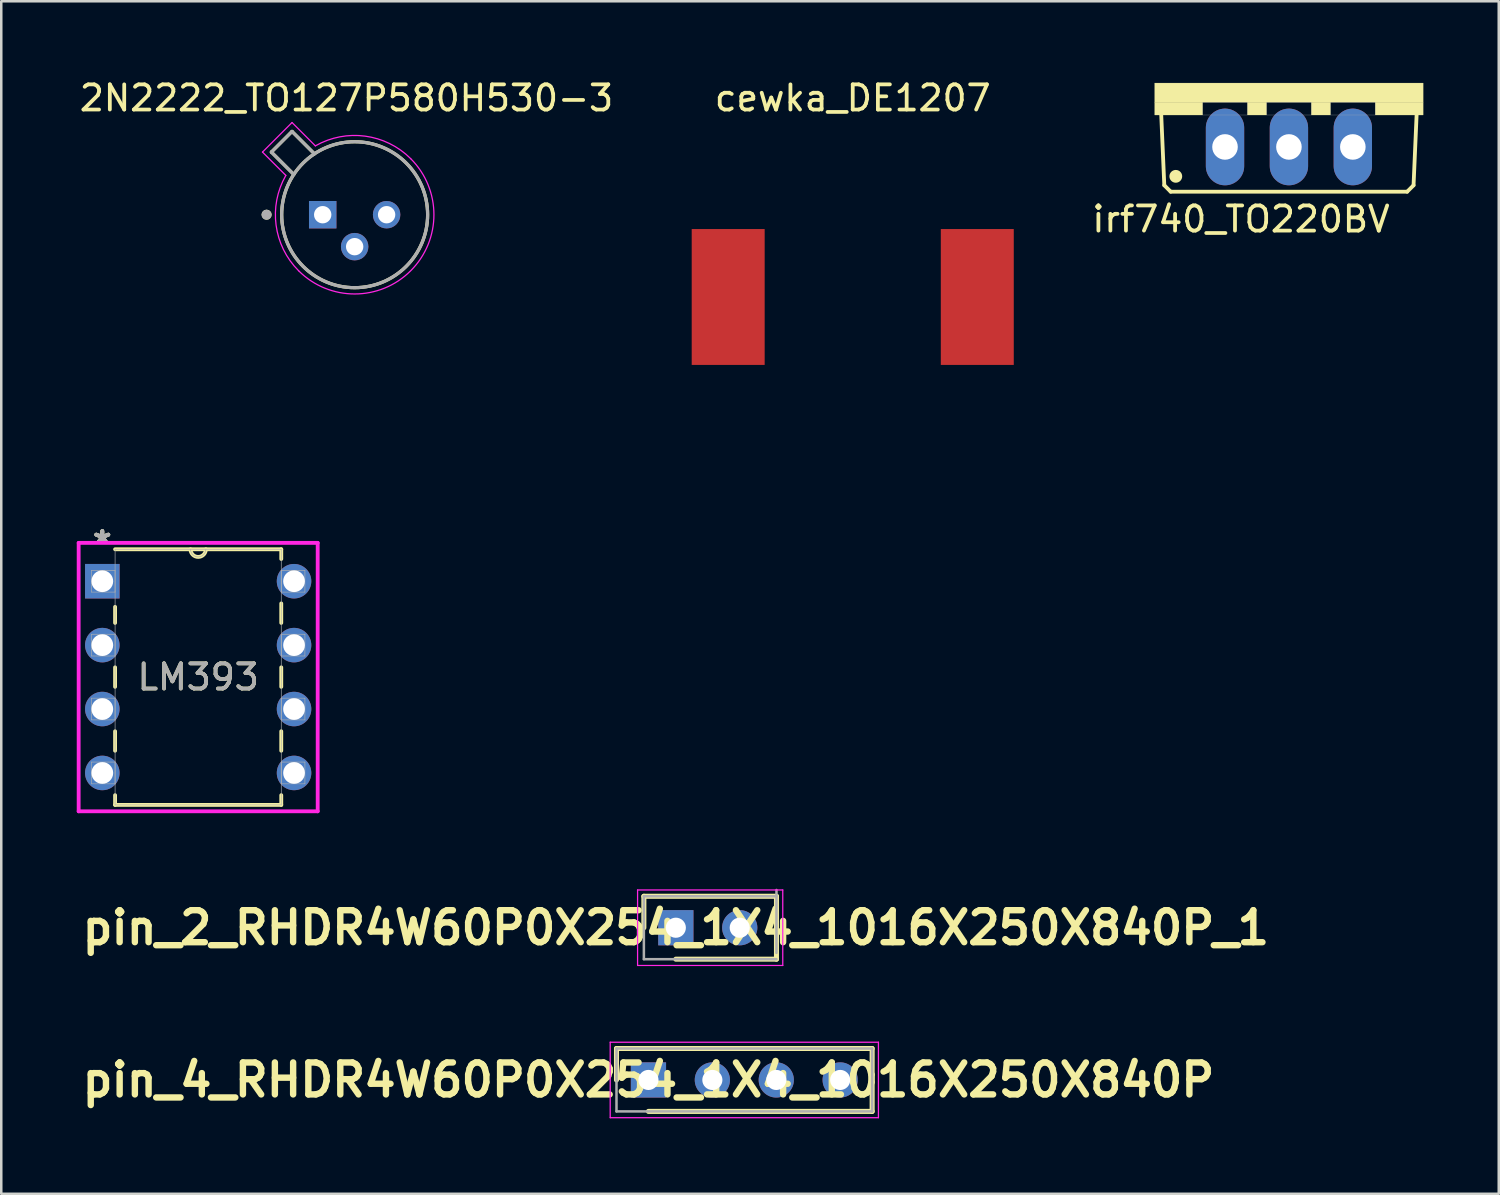
<source format=kicad_pcb>
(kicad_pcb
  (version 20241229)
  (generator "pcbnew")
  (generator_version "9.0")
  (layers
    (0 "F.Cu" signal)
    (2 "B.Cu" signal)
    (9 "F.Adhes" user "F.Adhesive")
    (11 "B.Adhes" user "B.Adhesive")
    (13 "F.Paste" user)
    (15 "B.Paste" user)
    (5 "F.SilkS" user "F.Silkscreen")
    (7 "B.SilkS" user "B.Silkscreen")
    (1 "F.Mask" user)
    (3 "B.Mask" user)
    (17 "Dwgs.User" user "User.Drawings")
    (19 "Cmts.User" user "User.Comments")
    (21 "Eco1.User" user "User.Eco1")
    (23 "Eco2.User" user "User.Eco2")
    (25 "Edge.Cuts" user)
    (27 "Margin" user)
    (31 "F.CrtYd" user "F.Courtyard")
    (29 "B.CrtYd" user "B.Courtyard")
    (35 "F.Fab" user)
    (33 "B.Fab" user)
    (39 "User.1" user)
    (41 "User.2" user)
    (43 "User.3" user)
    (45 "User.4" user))
  (footprint "cewka_DE1207"
    (layer "F.Cu")
    (at 30.84 8.753)
    (property "Reference" "cewka_DE1207" (at 0 -7.905 0) (layer "F.SilkS") (effects (font (size 1 1) (thickness 0.15))))
    (attr smd)
    (fp_line (start -6 -6) (end -6 6) (stroke (width 0.000128) (type solid)) (layer "F.SilkS"))
    (fp_line (start -6 6) (end 6 6) (stroke (width 0.000128) (type solid)) (layer "F.SilkS"))
    (fp_line (start 0 -6) (end -6 -6) (stroke (width 0.000128) (type solid)) (layer "F.SilkS"))
    (fp_line (start 6 -6) (end 0 -6) (stroke (width 0.000128) (type solid)) (layer "F.SilkS"))
    (fp_line (start 6 6) (end 6 -6) (stroke (width 0.000128) (type solid)) (layer "F.SilkS"))
    (pad "1" smd rect (at -4.95 0) (size 2.9 5.4) (layers "F.Cu" "F.Mask" "F.Paste"))
    (pad "2" smd rect (at 4.95 0) (size 2.9 5.4) (layers "F.Cu" "F.Mask" "F.Paste")))
  (footprint "pin_2_RHDR4W60P0X254_1X4_1016X250X840P_1"
    (layer "F.Cu")
    (at 23.809 33.82)
    (property "Reference" "pin_2_RHDR4W60P0X254_1X4_1016X250X840P_1" (at 0 0 0) (layer "F.SilkS") (effects (font (size 1.27 1.27) (thickness 0.254))))
    (attr through_hole)
    (fp_line (start -1.27 -1.25) (end -1.27 0) (stroke (width 0.2) (type solid)) (layer "F.SilkS"))
    (fp_line (start 0 1.25) (end 4 1.25) (stroke (width 0.2) (type solid)) (layer "F.SilkS"))
    (fp_line (start 4 -1.25) (end -1.27 -1.25) (stroke (width 0.2) (type solid)) (layer "F.SilkS"))
    (fp_line (start 4 1.25) (end 4 -1.25) (stroke (width 0.2) (type solid)) (layer "F.SilkS"))
    (fp_line (start -1.52 -1.5) (end 4.25 -1.5) (stroke (width 0.05) (type solid)) (layer "F.CrtYd"))
    (fp_line (start -1.52 1.5) (end -1.52 -1.5) (stroke (width 0.05) (type solid)) (layer "F.CrtYd"))
    (fp_line (start 4.25 -1.5) (end 4.25 1.5) (stroke (width 0.05) (type solid)) (layer "F.CrtYd"))
    (fp_line (start 4.25 1.5) (end -1.52 1.5) (stroke (width 0.05) (type solid)) (layer "F.CrtYd"))
    (fp_line (start -1.27 -1.25) (end 4 -1.25) (stroke (width 0.1) (type solid)) (layer "F.Fab"))
    (fp_line (start -1.27 1.25) (end -1.27 -1.25) (stroke (width 0.1) (type solid)) (layer "F.Fab"))
    (fp_line (start 4 -1.5) (end 4 1) (stroke (width 0.1) (type solid)) (layer "F.Fab"))
    (fp_line (start 4 1.25) (end -1.27 1.25) (stroke (width 0.1) (type solid)) (layer "F.Fab"))
    (pad "1" thru_hole rect (at 0 0) (size 1.4 1.4) (drill 0.8) (layers "*.Cu" "*.Mask"))
    (pad "2" thru_hole circle (at 2.54 0) (size 1.4 1.4) (drill 0.8) (layers "*.Cu" "*.Mask")))
  (footprint "LM393"
    (layer "F.Cu")
    (at 8.636 27.669)
    (property "Reference" "LM393" (at -3.81 -3.81 0) (unlocked yes) (layer "F.SilkS") (effects (font (size 1 1) (thickness 0.15))))
    (attr through_hole)
    (fp_line (start -7.112 -6.601) (end -7.112 -5.963) (stroke (width 0.152) (type solid)) (layer "F.SilkS"))
    (fp_line (start -7.112 -4.197) (end -7.112 -3.423) (stroke (width 0.152) (type solid)) (layer "F.SilkS"))
    (fp_line (start -7.112 -1.657) (end -7.112 -0.883) (stroke (width 0.152) (type solid)) (layer "F.SilkS"))
    (fp_line (start -7.112 0.883) (end -7.112 1.27) (stroke (width 0.152) (type solid)) (layer "F.SilkS"))
    (fp_line (start -7.112 1.27) (end -0.508 1.27) (stroke (width 0.152) (type solid)) (layer "F.SilkS"))
    (fp_line (start -0.508 -8.89) (end -7.112 -8.89) (stroke (width 0.152) (type solid)) (layer "F.SilkS"))
    (fp_line (start -0.508 -8.503) (end -0.508 -8.89) (stroke (width 0.152) (type solid)) (layer "F.SilkS"))
    (fp_line (start -0.508 -5.963) (end -0.508 -6.737) (stroke (width 0.152) (type solid)) (layer "F.SilkS"))
    (fp_line (start -0.508 -3.423) (end -0.508 -4.197) (stroke (width 0.152) (type solid)) (layer "F.SilkS"))
    (fp_line (start -0.508 -0.883) (end -0.508 -1.657) (stroke (width 0.152) (type solid)) (layer "F.SilkS"))
    (fp_line (start -0.508 1.27) (end -0.508 0.883) (stroke (width 0.152) (type solid)) (layer "F.SilkS"))
    (fp_arc (start -3.5052 -8.89) (mid -3.81 -8.5852) (end -4.1148 -8.89) (stroke (width 0.1524) (type solid)) (layer "F.SilkS"))
    (fp_line (start -8.56 -9.144) (end -8.56 1.524) (stroke (width 0.152) (type solid)) (layer "F.CrtYd"))
    (fp_line (start -8.56 1.524) (end 0.94 1.524) (stroke (width 0.152) (type solid)) (layer "F.CrtYd"))
    (fp_line (start 0.94 -9.144) (end -8.56 -9.144) (stroke (width 0.152) (type solid)) (layer "F.CrtYd"))
    (fp_line (start 0.94 1.524) (end 0.94 -9.144) (stroke (width 0.152) (type solid)) (layer "F.CrtYd"))
    (fp_line (start -8.052 -8.052) (end -8.052 -7.188) (stroke (width 0.025) (type solid)) (layer "F.Fab"))
    (fp_line (start -8.052 -7.188) (end -7.112 -7.188) (stroke (width 0.025) (type solid)) (layer "F.Fab"))
    (fp_line (start -8.052 -5.512) (end -8.052 -4.648) (stroke (width 0.025) (type solid)) (layer "F.Fab"))
    (fp_line (start -8.052 -4.648) (end -7.112 -4.648) (stroke (width 0.025) (type solid)) (layer "F.Fab"))
    (fp_line (start -8.052 -2.972) (end -8.052 -2.108) (stroke (width 0.025) (type solid)) (layer "F.Fab"))
    (fp_line (start -8.052 -2.108) (end -7.112 -2.108) (stroke (width 0.025) (type solid)) (layer "F.Fab"))
    (fp_line (start -8.052 -0.432) (end -8.052 0.432) (stroke (width 0.025) (type solid)) (layer "F.Fab"))
    (fp_line (start -8.052 0.432) (end -7.112 0.432) (stroke (width 0.025) (type solid)) (layer "F.Fab"))
    (fp_line (start -7.112 -8.89) (end -7.112 1.27) (stroke (width 0.025) (type solid)) (layer "F.Fab"))
    (fp_line (start -7.112 -8.052) (end -8.052 -8.052) (stroke (width 0.025) (type solid)) (layer "F.Fab"))
    (fp_line (start -7.112 -7.188) (end -7.112 -8.052) (stroke (width 0.025) (type solid)) (layer "F.Fab"))
    (fp_line (start -7.112 -5.512) (end -8.052 -5.512) (stroke (width 0.025) (type solid)) (layer "F.Fab"))
    (fp_line (start -7.112 -4.648) (end -7.112 -5.512) (stroke (width 0.025) (type solid)) (layer "F.Fab"))
    (fp_line (start -7.112 -2.972) (end -8.052 -2.972) (stroke (width 0.025) (type solid)) (layer "F.Fab"))
    (fp_line (start -7.112 -2.108) (end -7.112 -2.972) (stroke (width 0.025) (type solid)) (layer "F.Fab"))
    (fp_line (start -7.112 -0.432) (end -8.052 -0.432) (stroke (width 0.025) (type solid)) (layer "F.Fab"))
    (fp_line (start -7.112 0.432) (end -7.112 -0.432) (stroke (width 0.025) (type solid)) (layer "F.Fab"))
    (fp_line (start -7.112 1.27) (end -0.508 1.27) (stroke (width 0.025) (type solid)) (layer "F.Fab"))
    (fp_line (start -0.508 -8.89) (end -7.112 -8.89) (stroke (width 0.025) (type solid)) (layer "F.Fab"))
    (fp_line (start -0.508 -8.052) (end -0.508 -7.188) (stroke (width 0.025) (type solid)) (layer "F.Fab"))
    (fp_line (start -0.508 -7.188) (end 0.432 -7.188) (stroke (width 0.025) (type solid)) (layer "F.Fab"))
    (fp_line (start -0.508 -5.512) (end -0.508 -4.648) (stroke (width 0.025) (type solid)) (layer "F.Fab"))
    (fp_line (start -0.508 -4.648) (end 0.432 -4.648) (stroke (width 0.025) (type solid)) (layer "F.Fab"))
    (fp_line (start -0.508 -2.972) (end -0.508 -2.108) (stroke (width 0.025) (type solid)) (layer "F.Fab"))
    (fp_line (start -0.508 -2.108) (end 0.432 -2.108) (stroke (width 0.025) (type solid)) (layer "F.Fab"))
    (fp_line (start -0.508 -0.432) (end -0.508 0.432) (stroke (width 0.025) (type solid)) (layer "F.Fab"))
    (fp_line (start -0.508 0.432) (end 0.432 0.432) (stroke (width 0.025) (type solid)) (layer "F.Fab"))
    (fp_line (start -0.508 1.27) (end -0.508 -8.89) (stroke (width 0.025) (type solid)) (layer "F.Fab"))
    (fp_line (start 0.432 -8.052) (end -0.508 -8.052) (stroke (width 0.025) (type solid)) (layer "F.Fab"))
    (fp_line (start 0.432 -7.188) (end 0.432 -8.052) (stroke (width 0.025) (type solid)) (layer "F.Fab"))
    (fp_line (start 0.432 -5.512) (end -0.508 -5.512) (stroke (width 0.025) (type solid)) (layer "F.Fab"))
    (fp_line (start 0.432 -4.648) (end 0.432 -5.512) (stroke (width 0.025) (type solid)) (layer "F.Fab"))
    (fp_line (start 0.432 -2.972) (end -0.508 -2.972) (stroke (width 0.025) (type solid)) (layer "F.Fab"))
    (fp_line (start 0.432 -2.108) (end 0.432 -2.972) (stroke (width 0.025) (type solid)) (layer "F.Fab"))
    (fp_line (start 0.432 -0.432) (end -0.508 -0.432) (stroke (width 0.025) (type solid)) (layer "F.Fab"))
    (fp_line (start 0.432 0.432) (end 0.432 -0.432) (stroke (width 0.025) (type solid)) (layer "F.Fab"))
    (fp_arc (start -3.5052 -8.89) (mid -3.81 -8.5852) (end -4.1148 -8.89) (stroke (width 0.0254) (type solid)) (layer "F.Fab"))
    (fp_text user "*" (at -7.62 -9.068 0) (layer "F.SilkS") (effects (font (size 1 1) (thickness 0.15))))
    (fp_text user "*" (at -7.62 -9.068 0) (unlocked yes) (layer "F.SilkS") (effects (font (size 1 1) (thickness 0.15))))
    (fp_text user "*" (at -7.62 -9.068 0) (unlocked yes) (layer "F.Fab") (effects (font (size 1 1) (thickness 0.15))))
    (fp_text user "*" (at -7.62 -9.068 0) (layer "F.Fab") (effects (font (size 1 1) (thickness 0.15))))
    (fp_text user "${REFERENCE}" (at -3.81 -3.81 0) (unlocked yes) (layer "F.Fab") (effects (font (size 1 1) (thickness 0.15))))
    (pad "1" thru_hole rect (at -7.62 -7.62) (size 1.372 1.372) (drill 0.864) (layers "*.Cu" "*.Mask"))
    (pad "2" thru_hole circle (at -7.62 -5.08) (size 1.372 1.372) (drill 0.864) (layers "*.Cu" "*.Mask"))
    (pad "3" thru_hole circle (at -7.62 -2.54) (size 1.372 1.372) (drill 0.864) (layers "*.Cu" "*.Mask"))
    (pad "4" thru_hole circle (at -7.62 0) (size 1.372 1.372) (drill 0.864) (layers "*.Cu" "*.Mask"))
    (pad "5" thru_hole circle (at 0 0) (size 1.372 1.372) (drill 0.864) (layers "*.Cu" "*.Mask"))
    (pad "6" thru_hole circle (at 0 -2.54) (size 1.372 1.372) (drill 0.864) (layers "*.Cu" "*.Mask"))
    (pad "7" thru_hole circle (at 0 -5.08) (size 1.372 1.372) (drill 0.864) (layers "*.Cu" "*.Mask"))
    (pad "8" thru_hole circle (at 0 -7.62) (size 1.372 1.372) (drill 0.864) (layers "*.Cu" "*.Mask")))
  (footprint "irf740_TO220BV"
    (layer "F.Cu")
    (at 48.175 0.25)
    (property "Reference" "irf740_TO220BV" (at -1.905 5.41 0) (layer "F.SilkS") (effects (font (size 1 1) (thickness 0.15))))
    (attr through_hole)
    (fp_line (start -4.953 4.064) (end -5.08 1.143) (stroke (width 0.152) (type solid)) (layer "F.SilkS"))
    (fp_line (start -4.953 4.064) (end -4.699 4.318) (stroke (width 0.152) (type solid)) (layer "F.SilkS"))
    (fp_line (start 4.699 4.318) (end -4.699 4.318) (stroke (width 0.152) (type solid)) (layer "F.SilkS"))
    (fp_line (start 4.699 4.318) (end 4.953 4.064) (stroke (width 0.152) (type solid)) (layer "F.SilkS"))
    (fp_line (start 5.08 1.143) (end 4.953 4.064) (stroke (width 0.152) (type solid)) (layer "F.SilkS"))
    (fp_circle (center -4.496 3.708) (end -4.242 3.708) (stroke (width 0) (type solid)) (fill yes) (layer "F.SilkS"))
    (fp_poly (pts (xy -5.334 0) (xy 5.334 0) (xy 5.334 0.762) (xy -5.334 0.762)) (stroke (width 0.01) (type solid)) (fill yes) (layer "F.SilkS"))
    (fp_poly (pts (xy -5.334 0.762) (xy -3.429 0.762) (xy -3.429 1.27) (xy -5.334 1.27)) (stroke (width 0.01) (type solid)) (fill yes) (layer "F.SilkS"))
    (fp_poly (pts (xy -1.651 0.762) (xy -0.889 0.762) (xy -0.889 1.27) (xy -1.651 1.27)) (stroke (width 0.01) (type solid)) (fill yes) (layer "F.SilkS"))
    (fp_poly (pts (xy 0.889 0.762) (xy 1.651 0.762) (xy 1.651 1.27) (xy 0.889 1.27)) (stroke (width 0.01) (type solid)) (fill yes) (layer "F.SilkS"))
    (fp_poly (pts (xy 3.429 0.762) (xy 5.334 0.762) (xy 5.334 1.27) (xy 3.429 1.27)) (stroke (width 0.01) (type solid)) (fill yes) (layer "F.SilkS"))
    (fp_poly (pts (xy -3.429 0.762) (xy -1.651 0.762) (xy -1.651 1.27) (xy -3.429 1.27)) (stroke (width 0.01) (type solid)) (fill no) (layer "F.Fab"))
    (fp_poly (pts (xy -0.889 0.762) (xy 0.889 0.762) (xy 0.889 1.27) (xy -0.889 1.27)) (stroke (width 0.01) (type solid)) (fill no) (layer "F.Fab"))
    (fp_poly (pts (xy 1.651 0.762) (xy 3.429 0.762) (xy 3.429 1.27) (xy 1.651 1.27)) (stroke (width 0.01) (type solid)) (fill no) (layer "F.Fab"))
    (pad "D" thru_hole oval (at 0 2.54) (size 1.524 3.048) (drill 1.016) (layers "*.Cu" "*.Mask"))
    (pad "G" thru_hole oval (at -2.54 2.54) (size 1.524 3.048) (drill 1.016) (layers "*.Cu" "*.Mask"))
    (pad "S" thru_hole oval (at 2.54 2.54) (size 1.524 3.048) (drill 1.016) (layers "*.Cu" "*.Mask")))
  (footprint "pin_4_RHDR4W60P0X254_1X4_1016X250X840P"
    (layer "F.Cu")
    (at 22.721 39.87)
    (property "Reference" "pin_4_RHDR4W60P0X254_1X4_1016X250X840P" (at 0 0 0) (layer "F.SilkS") (effects (font (size 1.27 1.27) (thickness 0.254))))
    (attr through_hole)
    (fp_line (start -1.27 -1.25) (end -1.27 0) (stroke (width 0.2) (type solid)) (layer "F.SilkS"))
    (fp_line (start 0 1.25) (end 8.89 1.25) (stroke (width 0.2) (type solid)) (layer "F.SilkS"))
    (fp_line (start 8.89 -1.25) (end -1.27 -1.25) (stroke (width 0.2) (type solid)) (layer "F.SilkS"))
    (fp_line (start 8.89 1.25) (end 8.89 -1.25) (stroke (width 0.2) (type solid)) (layer "F.SilkS"))
    (fp_line (start -1.52 -1.5) (end 9.14 -1.5) (stroke (width 0.05) (type solid)) (layer "F.CrtYd"))
    (fp_line (start -1.52 1.5) (end -1.52 -1.5) (stroke (width 0.05) (type solid)) (layer "F.CrtYd"))
    (fp_line (start 9.14 -1.5) (end 9.14 1.5) (stroke (width 0.05) (type solid)) (layer "F.CrtYd"))
    (fp_line (start 9.14 1.5) (end -1.52 1.5) (stroke (width 0.05) (type solid)) (layer "F.CrtYd"))
    (fp_line (start -1.27 -1.25) (end 8.89 -1.25) (stroke (width 0.1) (type solid)) (layer "F.Fab"))
    (fp_line (start -1.27 1.25) (end -1.27 -1.25) (stroke (width 0.1) (type solid)) (layer "F.Fab"))
    (fp_line (start 8.89 -1.25) (end 8.89 1.25) (stroke (width 0.1) (type solid)) (layer "F.Fab"))
    (fp_line (start 8.89 1.25) (end -1.27 1.25) (stroke (width 0.1) (type solid)) (layer "F.Fab"))
    (pad "1" thru_hole rect (at 0 0) (size 1.4 1.4) (drill 0.8) (layers "*.Cu" "*.Mask"))
    (pad "2" thru_hole circle (at 2.54 0) (size 1.4 1.4) (drill 0.8) (layers "*.Cu" "*.Mask"))
    (pad "3" thru_hole circle (at 5.08 0) (size 1.4 1.4) (drill 0.8) (layers "*.Cu" "*.Mask"))
    (pad "4" thru_hole circle (at 7.62 0) (size 1.4 1.4) (drill 0.8) (layers "*.Cu" "*.Mask")))
  (footprint "2N2222_TO127P580H530-3"
    (layer "F.Cu")
    (at 11.045 5.483)
    (property "Reference" "2N2222_TO127P580H530-3" (at -0.325 -4.635 0) (layer "F.SilkS") (effects (font (size 1 1) (thickness 0.15))))
    (attr through_hole)
    (fp_line (start -3.309 -2.489) (end -2.489 -3.309) (stroke (width 0.127) (type solid)) (layer "F.SilkS"))
    (fp_line (start -2.489 -3.309) (end -1.599 -2.419) (stroke (width 0.127) (type solid)) (layer "F.SilkS"))
    (fp_line (start -2.419 -1.599) (end -3.309 -2.489) (stroke (width 0.127) (type solid)) (layer "F.SilkS"))
    (fp_circle (center -3.5 0) (end -3.4 0) (stroke (width 0.2) (type solid)) (fill no) (layer "F.SilkS"))
    (fp_circle (center 0 0) (end 2.9 0) (stroke (width 0.127) (type solid)) (fill no) (layer "F.SilkS"))
    (fp_line (start -3.663 -2.489) (end -2.736 -1.562) (stroke (width 0.05) (type solid)) (layer "F.CrtYd"))
    (fp_line (start -2.489 -3.663) (end -3.663 -2.489) (stroke (width 0.05) (type solid)) (layer "F.CrtYd"))
    (fp_line (start -1.562 -2.736) (end -2.489 -3.663) (stroke (width 0.05) (type solid)) (layer "F.CrtYd"))
    (fp_arc (start -2.22738 2.22738) (mid -3.122088 0.418735) (end -2.73554 -1.56174) (stroke (width 0.05) (type solid)) (layer "F.CrtYd"))
    (fp_arc (start -1.56174 -2.73554) (mid 0.418735 -3.122088) (end 2.22738 -2.22738) (stroke (width 0.05) (type solid)) (layer "F.CrtYd"))
    (fp_arc (start 2.22738 -2.22738) (mid 2.22738 2.22738) (end -2.22738 2.22738) (stroke (width 0.05) (type solid)) (layer "F.CrtYd"))
    (fp_line (start -3.309 -2.489) (end -2.489 -3.309) (stroke (width 0.127) (type solid)) (layer "F.Fab"))
    (fp_line (start -2.489 -3.309) (end -1.599 -2.419) (stroke (width 0.127) (type solid)) (layer "F.Fab"))
    (fp_line (start -2.419 -1.599) (end -3.309 -2.489) (stroke (width 0.127) (type solid)) (layer "F.Fab"))
    (fp_circle (center -3.5 0) (end -3.4 0) (stroke (width 0.2) (type solid)) (fill no) (layer "F.Fab"))
    (fp_circle (center 0 0) (end 2.9 0) (stroke (width 0.127) (type solid)) (fill no) (layer "F.Fab"))
    (pad "1" thru_hole rect (at -1.27 0) (size 1.09 1.09) (drill 0.69) (layers "*.Cu" "*.Mask"))
    (pad "2" thru_hole circle (at 0 1.27) (size 1.09 1.09) (drill 0.69) (layers "*.Cu" "*.Mask"))
    (pad "3" thru_hole circle (at 1.27 0 3) (size 1.09 1.09) (drill 0.69) (layers "*.Cu" "*.Mask")))
  (gr_rect
    (start -3 -3)
    (end 56.514 44.395)
    (stroke (width 0.1) (type default))
    (fill no)
    (layer "Edge.Cuts")))
</source>
